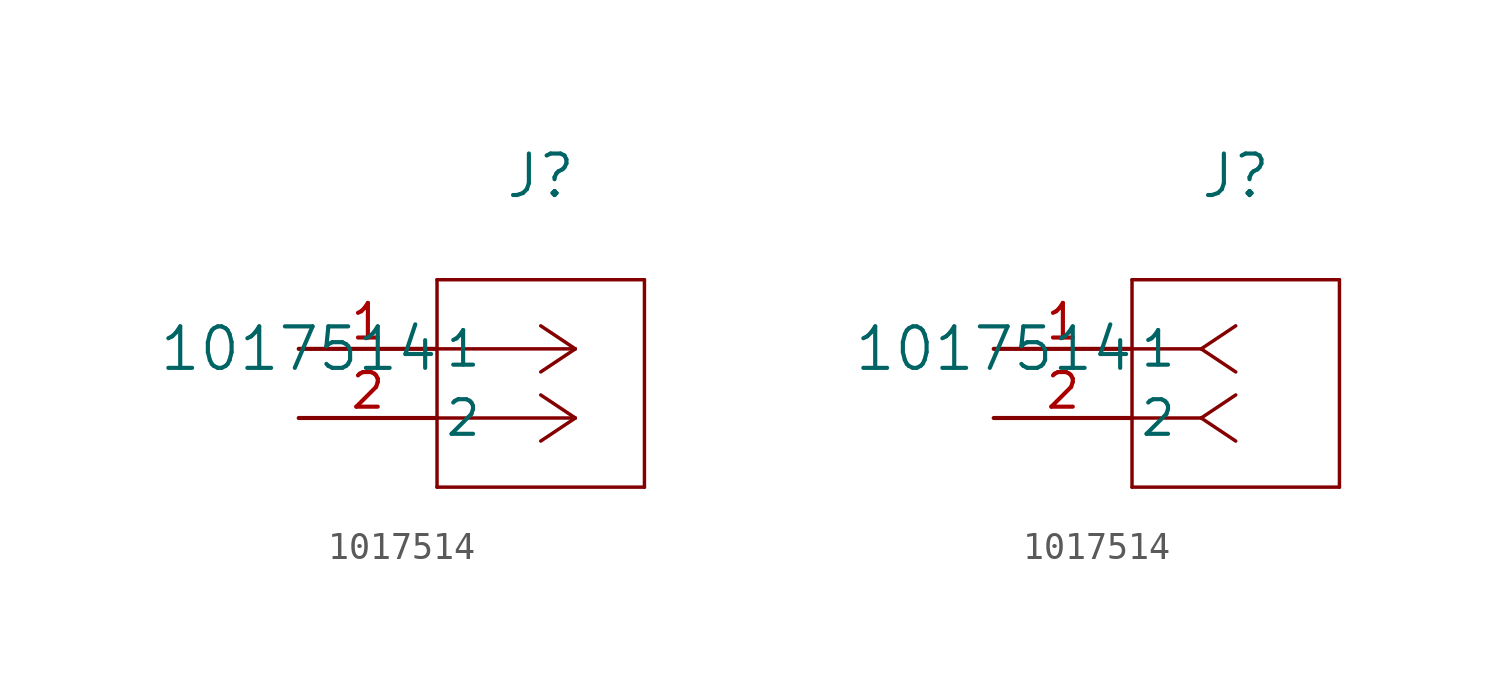
<source format=kicad_sym>
(kicad_symbol_lib
  (version 20211014)
  (generator kicad_symbol_editor)
  (symbol "1017514"
    (pin_names
      (offset 0.254))
    (property "Reference" "J"
      (at 8.89 6.35 0)
      (effects (font (size 1.524 1.524))))
    (property "Value" "1017514"
      (at 0 0 0)
      (effects (font (size 1.524 1.524))))
    (symbol "1017514_1_1"
      (polyline (pts (xy 10.16 0) (xy 5.08 0)) (stroke (width 0.127) (type default) (color 0 0 0 0)) (fill (type none)))
      (polyline (pts (xy 10.16 -2.54) (xy 5.08 -2.54)) (stroke (width 0.127) (type default) (color 0 0 0 0)) (fill (type none)))
      (polyline (pts (xy 10.16 0) (xy 8.89 0.847)) (stroke (width 0.127) (type default) (color 0 0 0 0)) (fill (type none)))
      (polyline (pts (xy 10.16 -2.54) (xy 8.89 -1.693)) (stroke (width 0.127) (type default) (color 0 0 0 0)) (fill (type none)))
      (polyline (pts (xy 10.16 0) (xy 8.89 -0.847)) (stroke (width 0.127) (type default) (color 0 0 0 0)) (fill (type none)))
      (polyline (pts (xy 10.16 -2.54) (xy 8.89 -3.387)) (stroke (width 0.127) (type default) (color 0 0 0 0)) (fill (type none)))
      (polyline (pts (xy 5.08 2.54) (xy 5.08 -5.08)) (stroke (width 0.127) (type default) (color 0 0 0 0)) (fill (type none)))
      (polyline (pts (xy 5.08 -5.08) (xy 12.7 -5.08)) (stroke (width 0.127) (type default) (color 0 0 0 0)) (fill (type none)))
      (polyline (pts (xy 12.7 -5.08) (xy 12.7 2.54)) (stroke (width 0.127) (type default) (color 0 0 0 0)) (fill (type none)))
      (polyline (pts (xy 12.7 2.54) (xy 5.08 2.54)) (stroke (width 0.127) (type default) (color 0 0 0 0)) (fill (type none)))
      (pin unspecified line (at 0 0 0) (length 5.08) (name "1" (effects (font (size 1.27 1.27)))) (number "1" (effects (font (size 1.27 1.27)))))
      (pin unspecified line (at 0 -2.54 0) (length 5.08) (name "2" (effects (font (size 1.27 1.27)))) (number "2" (effects (font (size 1.27 1.27))))))
    (symbol "1017514_1_2"
      (polyline (pts (xy 7.62 0) (xy 5.08 0)) (stroke (width 0.127) (type default) (color 0 0 0 0)) (fill (type none)))
      (polyline (pts (xy 7.62 -2.54) (xy 5.08 -2.54)) (stroke (width 0.127) (type default) (color 0 0 0 0)) (fill (type none)))
      (polyline (pts (xy 7.62 0) (xy 8.89 0.847)) (stroke (width 0.127) (type default) (color 0 0 0 0)) (fill (type none)))
      (polyline (pts (xy 7.62 -2.54) (xy 8.89 -1.693)) (stroke (width 0.127) (type default) (color 0 0 0 0)) (fill (type none)))
      (polyline (pts (xy 7.62 0) (xy 8.89 -0.847)) (stroke (width 0.127) (type default) (color 0 0 0 0)) (fill (type none)))
      (polyline (pts (xy 7.62 -2.54) (xy 8.89 -3.387)) (stroke (width 0.127) (type default) (color 0 0 0 0)) (fill (type none)))
      (polyline (pts (xy 5.08 2.54) (xy 5.08 -5.08)) (stroke (width 0.127) (type default) (color 0 0 0 0)) (fill (type none)))
      (polyline (pts (xy 5.08 -5.08) (xy 12.7 -5.08)) (stroke (width 0.127) (type default) (color 0 0 0 0)) (fill (type none)))
      (polyline (pts (xy 12.7 -5.08) (xy 12.7 2.54)) (stroke (width 0.127) (type default) (color 0 0 0 0)) (fill (type none)))
      (polyline (pts (xy 12.7 2.54) (xy 5.08 2.54)) (stroke (width 0.127) (type default) (color 0 0 0 0)) (fill (type none)))
      (pin unspecified line (at 0 0 0) (length 5.08) (name "1" (effects (font (size 1.27 1.27)))) (number "1" (effects (font (size 1.27 1.27)))))
      (pin unspecified line (at 0 -2.54 0) (length 5.08) (name "2" (effects (font (size 1.27 1.27)))) (number "2" (effects (font (size 1.27 1.27))))))))
</source>
